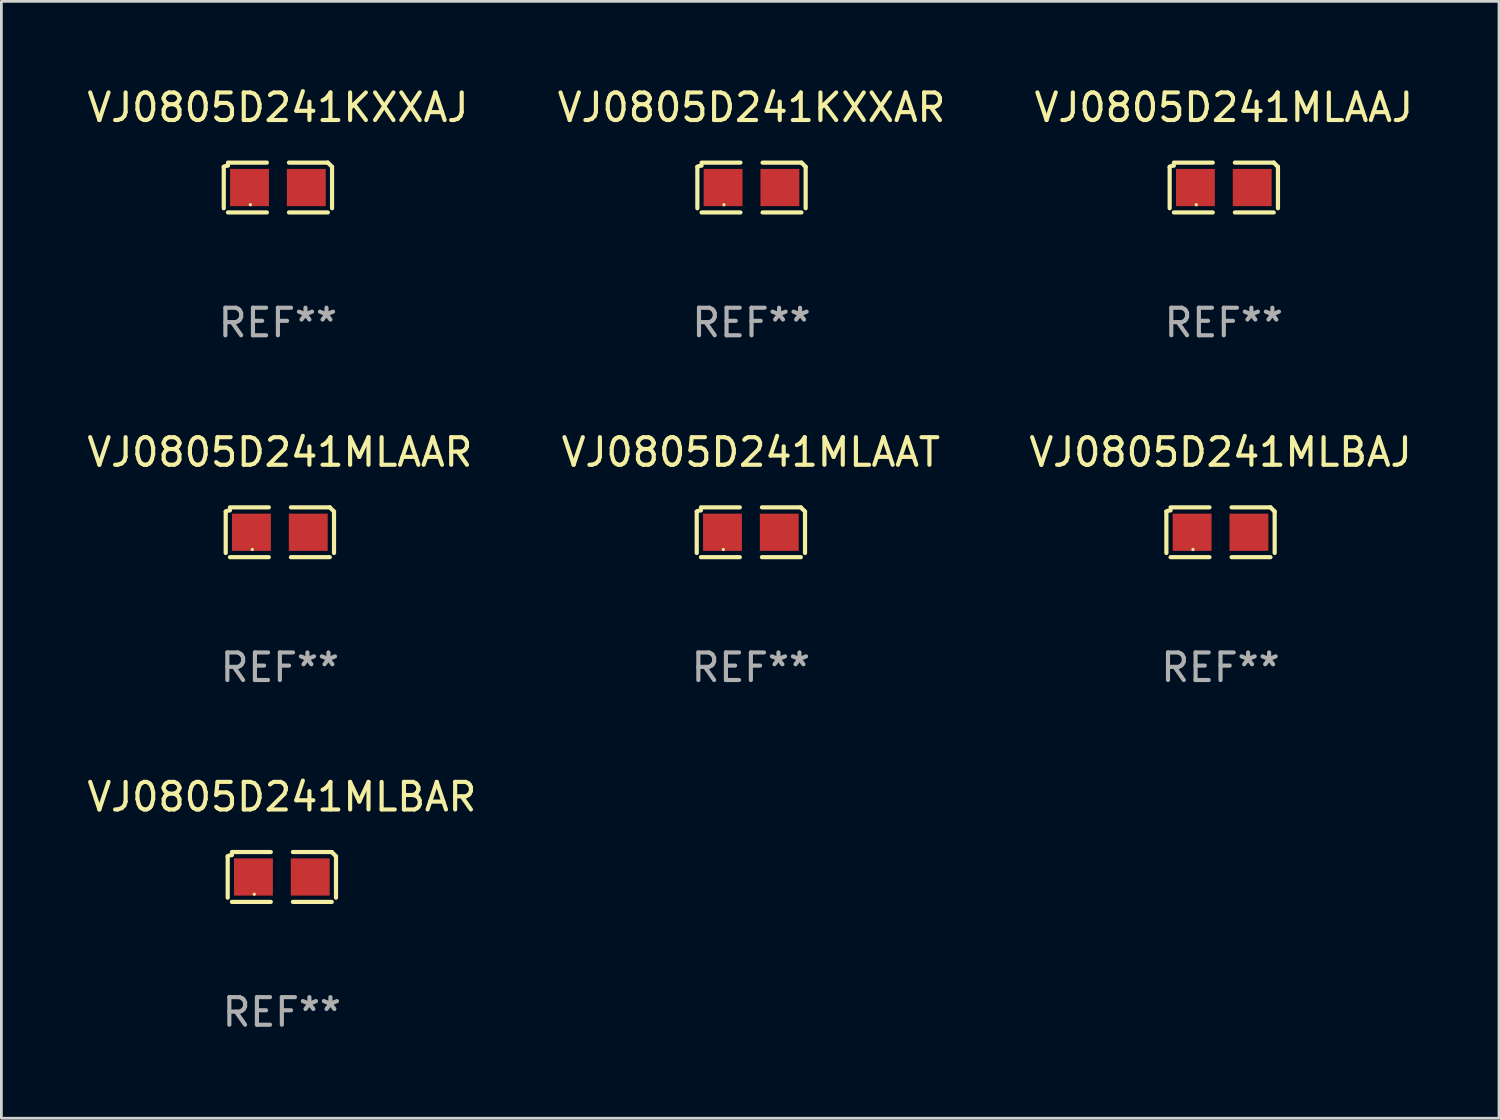
<source format=kicad_pcb>
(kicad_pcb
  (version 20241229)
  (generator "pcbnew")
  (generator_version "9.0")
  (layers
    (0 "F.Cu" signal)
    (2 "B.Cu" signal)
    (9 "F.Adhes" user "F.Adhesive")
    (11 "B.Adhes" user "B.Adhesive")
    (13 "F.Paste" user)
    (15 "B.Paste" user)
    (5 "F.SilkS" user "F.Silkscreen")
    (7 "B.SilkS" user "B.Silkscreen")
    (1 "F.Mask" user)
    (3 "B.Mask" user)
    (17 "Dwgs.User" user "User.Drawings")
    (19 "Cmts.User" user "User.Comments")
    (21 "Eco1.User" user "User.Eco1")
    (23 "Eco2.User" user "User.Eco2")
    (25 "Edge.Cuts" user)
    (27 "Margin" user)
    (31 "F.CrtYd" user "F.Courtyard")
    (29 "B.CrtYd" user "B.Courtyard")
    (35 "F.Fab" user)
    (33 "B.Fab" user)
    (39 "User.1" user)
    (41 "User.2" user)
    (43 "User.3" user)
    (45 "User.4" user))
  (footprint "VJ0805D241MLBAJ"
    (layer "F.Cu")
    (at 41.22 16.256)
    (property "Reference" "VJ0805D241MLBAJ" (at 0 -2.904 0) (layer "F.SilkS") (effects (font (size 1 1) (thickness 0.15))))
    (attr through_hole)
    (fp_line (start -1.964 0.751) (end -1.964 -0.751) (stroke (width 0.152) (type solid)) (layer "F.SilkS"))
    (fp_line (start -1.811 -0.904) (end -0.401 -0.904) (stroke (width 0.152) (type solid)) (layer "F.SilkS"))
    (fp_line (start -0.401 0.904) (end -1.811 0.904) (stroke (width 0.152) (type solid)) (layer "F.SilkS"))
    (fp_line (start 0.401 0.904) (end 1.811 0.904) (stroke (width 0.152) (type solid)) (layer "F.SilkS"))
    (fp_line (start 1.811 -0.904) (end 0.401 -0.904) (stroke (width 0.152) (type solid)) (layer "F.SilkS"))
    (fp_line (start 1.964 0.751) (end 1.964 -0.751) (stroke (width 0.152) (type solid)) (layer "F.SilkS"))
    (fp_arc (start -1.963602 -0.751207) (mid -1.890354 -0.783131) (end -1.811201 -0.794044) (stroke (width 0.1524) (type solid)) (layer "F.SilkS"))
    (fp_arc (start 1.811202 -0.903607) (mid 1.887413 -0.827418) (end 1.963602 -0.751207) (stroke (width 0.1524) (type solid)) (layer "F.SilkS"))
    (fp_circle (center -1 0.625) (end -0.97 0.625) (stroke (width 0.06) (type solid)) (fill no) (layer "F.SilkS"))
    (fp_text user "REF**" (at 0 4.904 0) (layer "F.Fab") (effects (font (size 1 1) (thickness 0.15))))
    (pad "1" smd rect (at -1.03 0) (size 1.41 1.35) (layers "F.Cu" "F.Mask" "F.Paste"))
    (pad "2" smd rect (at 1.03 0) (size 1.41 1.35) (layers "F.Cu" "F.Mask" "F.Paste")))
  (footprint "VJ0805D241MLAAJ"
    (layer "F.Cu")
    (at 41.339 3.752)
    (property "Reference" "VJ0805D241MLAAJ" (at 0 -2.904 0) (layer "F.SilkS") (effects (font (size 1 1) (thickness 0.15))))
    (attr through_hole)
    (fp_line (start -1.964 0.751) (end -1.964 -0.751) (stroke (width 0.152) (type solid)) (layer "F.SilkS"))
    (fp_line (start -1.811 -0.904) (end -0.401 -0.904) (stroke (width 0.152) (type solid)) (layer "F.SilkS"))
    (fp_line (start -0.401 0.904) (end -1.811 0.904) (stroke (width 0.152) (type solid)) (layer "F.SilkS"))
    (fp_line (start 0.401 0.904) (end 1.811 0.904) (stroke (width 0.152) (type solid)) (layer "F.SilkS"))
    (fp_line (start 1.811 -0.904) (end 0.401 -0.904) (stroke (width 0.152) (type solid)) (layer "F.SilkS"))
    (fp_line (start 1.964 0.751) (end 1.964 -0.751) (stroke (width 0.152) (type solid)) (layer "F.SilkS"))
    (fp_arc (start -1.963602 -0.751207) (mid -1.890354 -0.783131) (end -1.811201 -0.794044) (stroke (width 0.1524) (type solid)) (layer "F.SilkS"))
    (fp_arc (start 1.811202 -0.903607) (mid 1.887413 -0.827418) (end 1.963602 -0.751207) (stroke (width 0.1524) (type solid)) (layer "F.SilkS"))
    (fp_circle (center -1 0.625) (end -0.97 0.625) (stroke (width 0.06) (type solid)) (fill no) (layer "F.SilkS"))
    (fp_text user "REF**" (at 0 4.904 0) (layer "F.Fab") (effects (font (size 1 1) (thickness 0.15))))
    (pad "1" smd rect (at -1.03 0) (size 1.41 1.35) (layers "F.Cu" "F.Mask" "F.Paste"))
    (pad "2" smd rect (at 1.03 0) (size 1.41 1.35) (layers "F.Cu" "F.Mask" "F.Paste")))
  (footprint "VJ0805D241KXXAR"
    (layer "F.Cu")
    (at 24.208 3.752)
    (property "Reference" "VJ0805D241KXXAR" (at 0 -2.904 0) (layer "F.SilkS") (effects (font (size 1 1) (thickness 0.15))))
    (attr through_hole)
    (fp_line (start -1.964 0.751) (end -1.964 -0.751) (stroke (width 0.152) (type solid)) (layer "F.SilkS"))
    (fp_line (start -1.811 -0.904) (end -0.401 -0.904) (stroke (width 0.152) (type solid)) (layer "F.SilkS"))
    (fp_line (start -0.401 0.904) (end -1.811 0.904) (stroke (width 0.152) (type solid)) (layer "F.SilkS"))
    (fp_line (start 0.401 0.904) (end 1.811 0.904) (stroke (width 0.152) (type solid)) (layer "F.SilkS"))
    (fp_line (start 1.811 -0.904) (end 0.401 -0.904) (stroke (width 0.152) (type solid)) (layer "F.SilkS"))
    (fp_line (start 1.964 0.751) (end 1.964 -0.751) (stroke (width 0.152) (type solid)) (layer "F.SilkS"))
    (fp_arc (start -1.963602 -0.751207) (mid -1.890354 -0.783131) (end -1.811201 -0.794044) (stroke (width 0.1524) (type solid)) (layer "F.SilkS"))
    (fp_arc (start 1.811202 -0.903607) (mid 1.887413 -0.827418) (end 1.963602 -0.751207) (stroke (width 0.1524) (type solid)) (layer "F.SilkS"))
    (fp_circle (center -1 0.625) (end -0.97 0.625) (stroke (width 0.06) (type solid)) (fill no) (layer "F.SilkS"))
    (fp_text user "REF**" (at 0 4.904 0) (layer "F.Fab") (effects (font (size 1 1) (thickness 0.15))))
    (pad "1" smd rect (at -1.03 0) (size 1.41 1.35) (layers "F.Cu" "F.Mask" "F.Paste"))
    (pad "2" smd rect (at 1.03 0) (size 1.41 1.35) (layers "F.Cu" "F.Mask" "F.Paste")))
  (footprint "VJ0805D241MLAAT"
    (layer "F.Cu")
    (at 24.185 16.256)
    (property "Reference" "VJ0805D241MLAAT" (at 0 -2.904 0) (layer "F.SilkS") (effects (font (size 1 1) (thickness 0.15))))
    (attr through_hole)
    (fp_line (start -1.964 0.751) (end -1.964 -0.751) (stroke (width 0.152) (type solid)) (layer "F.SilkS"))
    (fp_line (start -1.811 -0.904) (end -0.401 -0.904) (stroke (width 0.152) (type solid)) (layer "F.SilkS"))
    (fp_line (start -0.401 0.904) (end -1.811 0.904) (stroke (width 0.152) (type solid)) (layer "F.SilkS"))
    (fp_line (start 0.401 0.904) (end 1.811 0.904) (stroke (width 0.152) (type solid)) (layer "F.SilkS"))
    (fp_line (start 1.811 -0.904) (end 0.401 -0.904) (stroke (width 0.152) (type solid)) (layer "F.SilkS"))
    (fp_line (start 1.964 0.751) (end 1.964 -0.751) (stroke (width 0.152) (type solid)) (layer "F.SilkS"))
    (fp_arc (start -1.963602 -0.751207) (mid -1.890354 -0.783131) (end -1.811201 -0.794044) (stroke (width 0.1524) (type solid)) (layer "F.SilkS"))
    (fp_arc (start 1.811202 -0.903607) (mid 1.887413 -0.827418) (end 1.963602 -0.751207) (stroke (width 0.1524) (type solid)) (layer "F.SilkS"))
    (fp_circle (center -1 0.625) (end -0.97 0.625) (stroke (width 0.06) (type solid)) (fill no) (layer "F.SilkS"))
    (fp_text user "REF**" (at 0 4.904 0) (layer "F.Fab") (effects (font (size 1 1) (thickness 0.15))))
    (pad "1" smd rect (at -1.03 0) (size 1.41 1.35) (layers "F.Cu" "F.Mask" "F.Paste"))
    (pad "2" smd rect (at 1.03 0) (size 1.41 1.35) (layers "F.Cu" "F.Mask" "F.Paste")))
  (footprint "VJ0805D241MLAAR"
    (layer "F.Cu")
    (at 7.101 16.256)
    (property "Reference" "VJ0805D241MLAAR" (at 0 -2.904 0) (layer "F.SilkS") (effects (font (size 1 1) (thickness 0.15))))
    (attr through_hole)
    (fp_line (start -1.964 0.751) (end -1.964 -0.751) (stroke (width 0.152) (type solid)) (layer "F.SilkS"))
    (fp_line (start -1.811 -0.904) (end -0.401 -0.904) (stroke (width 0.152) (type solid)) (layer "F.SilkS"))
    (fp_line (start -0.401 0.904) (end -1.811 0.904) (stroke (width 0.152) (type solid)) (layer "F.SilkS"))
    (fp_line (start 0.401 0.904) (end 1.811 0.904) (stroke (width 0.152) (type solid)) (layer "F.SilkS"))
    (fp_line (start 1.811 -0.904) (end 0.401 -0.904) (stroke (width 0.152) (type solid)) (layer "F.SilkS"))
    (fp_line (start 1.964 0.751) (end 1.964 -0.751) (stroke (width 0.152) (type solid)) (layer "F.SilkS"))
    (fp_arc (start -1.963602 -0.751207) (mid -1.890354 -0.783131) (end -1.811201 -0.794044) (stroke (width 0.1524) (type solid)) (layer "F.SilkS"))
    (fp_arc (start 1.811202 -0.903607) (mid 1.887413 -0.827418) (end 1.963602 -0.751207) (stroke (width 0.1524) (type solid)) (layer "F.SilkS"))
    (fp_circle (center -1 0.625) (end -0.97 0.625) (stroke (width 0.06) (type solid)) (fill no) (layer "F.SilkS"))
    (fp_text user "REF**" (at 0 4.904 0) (layer "F.Fab") (effects (font (size 1 1) (thickness 0.15))))
    (pad "1" smd rect (at -1.03 0) (size 1.41 1.35) (layers "F.Cu" "F.Mask" "F.Paste"))
    (pad "2" smd rect (at 1.03 0) (size 1.41 1.35) (layers "F.Cu" "F.Mask" "F.Paste")))
  (footprint "VJ0805D241KXXAJ"
    (layer "F.Cu")
    (at 7.03 3.752)
    (property "Reference" "VJ0805D241KXXAJ" (at 0 -2.904 0) (layer "F.SilkS") (effects (font (size 1 1) (thickness 0.15))))
    (attr through_hole)
    (fp_line (start -1.964 0.751) (end -1.964 -0.751) (stroke (width 0.152) (type solid)) (layer "F.SilkS"))
    (fp_line (start -1.811 -0.904) (end -0.401 -0.904) (stroke (width 0.152) (type solid)) (layer "F.SilkS"))
    (fp_line (start -0.401 0.904) (end -1.811 0.904) (stroke (width 0.152) (type solid)) (layer "F.SilkS"))
    (fp_line (start 0.401 0.904) (end 1.811 0.904) (stroke (width 0.152) (type solid)) (layer "F.SilkS"))
    (fp_line (start 1.811 -0.904) (end 0.401 -0.904) (stroke (width 0.152) (type solid)) (layer "F.SilkS"))
    (fp_line (start 1.964 0.751) (end 1.964 -0.751) (stroke (width 0.152) (type solid)) (layer "F.SilkS"))
    (fp_arc (start -1.963602 -0.751207) (mid -1.890354 -0.783131) (end -1.811201 -0.794044) (stroke (width 0.1524) (type solid)) (layer "F.SilkS"))
    (fp_arc (start 1.811202 -0.903607) (mid 1.887413 -0.827418) (end 1.963602 -0.751207) (stroke (width 0.1524) (type solid)) (layer "F.SilkS"))
    (fp_circle (center -1 0.625) (end -0.97 0.625) (stroke (width 0.06) (type solid)) (fill no) (layer "F.SilkS"))
    (fp_text user "REF**" (at 0 4.904 0) (layer "F.Fab") (effects (font (size 1 1) (thickness 0.15))))
    (pad "1" smd rect (at -1.03 0) (size 1.41 1.35) (layers "F.Cu" "F.Mask" "F.Paste"))
    (pad "2" smd rect (at 1.03 0) (size 1.41 1.35) (layers "F.Cu" "F.Mask" "F.Paste")))
  (footprint "VJ0805D241MLBAR"
    (layer "F.Cu")
    (at 7.173 28.759)
    (property "Reference" "VJ0805D241MLBAR" (at 0 -2.904 0) (layer "F.SilkS") (effects (font (size 1 1) (thickness 0.15))))
    (attr through_hole)
    (fp_line (start -1.964 0.751) (end -1.964 -0.751) (stroke (width 0.152) (type solid)) (layer "F.SilkS"))
    (fp_line (start -1.811 -0.904) (end -0.401 -0.904) (stroke (width 0.152) (type solid)) (layer "F.SilkS"))
    (fp_line (start -0.401 0.904) (end -1.811 0.904) (stroke (width 0.152) (type solid)) (layer "F.SilkS"))
    (fp_line (start 0.401 0.904) (end 1.811 0.904) (stroke (width 0.152) (type solid)) (layer "F.SilkS"))
    (fp_line (start 1.811 -0.904) (end 0.401 -0.904) (stroke (width 0.152) (type solid)) (layer "F.SilkS"))
    (fp_line (start 1.964 0.751) (end 1.964 -0.751) (stroke (width 0.152) (type solid)) (layer "F.SilkS"))
    (fp_arc (start -1.963602 -0.751207) (mid -1.890354 -0.783131) (end -1.811201 -0.794044) (stroke (width 0.1524) (type solid)) (layer "F.SilkS"))
    (fp_arc (start 1.811202 -0.903607) (mid 1.887413 -0.827418) (end 1.963602 -0.751207) (stroke (width 0.1524) (type solid)) (layer "F.SilkS"))
    (fp_circle (center -1 0.625) (end -0.97 0.625) (stroke (width 0.06) (type solid)) (fill no) (layer "F.SilkS"))
    (fp_text user "REF**" (at 0 4.904 0) (layer "F.Fab") (effects (font (size 1 1) (thickness 0.15))))
    (pad "1" smd rect (at -1.03 0) (size 1.41 1.35) (layers "F.Cu" "F.Mask" "F.Paste"))
    (pad "2" smd rect (at 1.03 0) (size 1.41 1.35) (layers "F.Cu" "F.Mask" "F.Paste")))
  (gr_rect
    (start -3 -3)
    (end 51.321 37.511)
    (stroke (width 0.1) (type default))
    (fill no)
    (layer "Edge.Cuts")))
</source>
